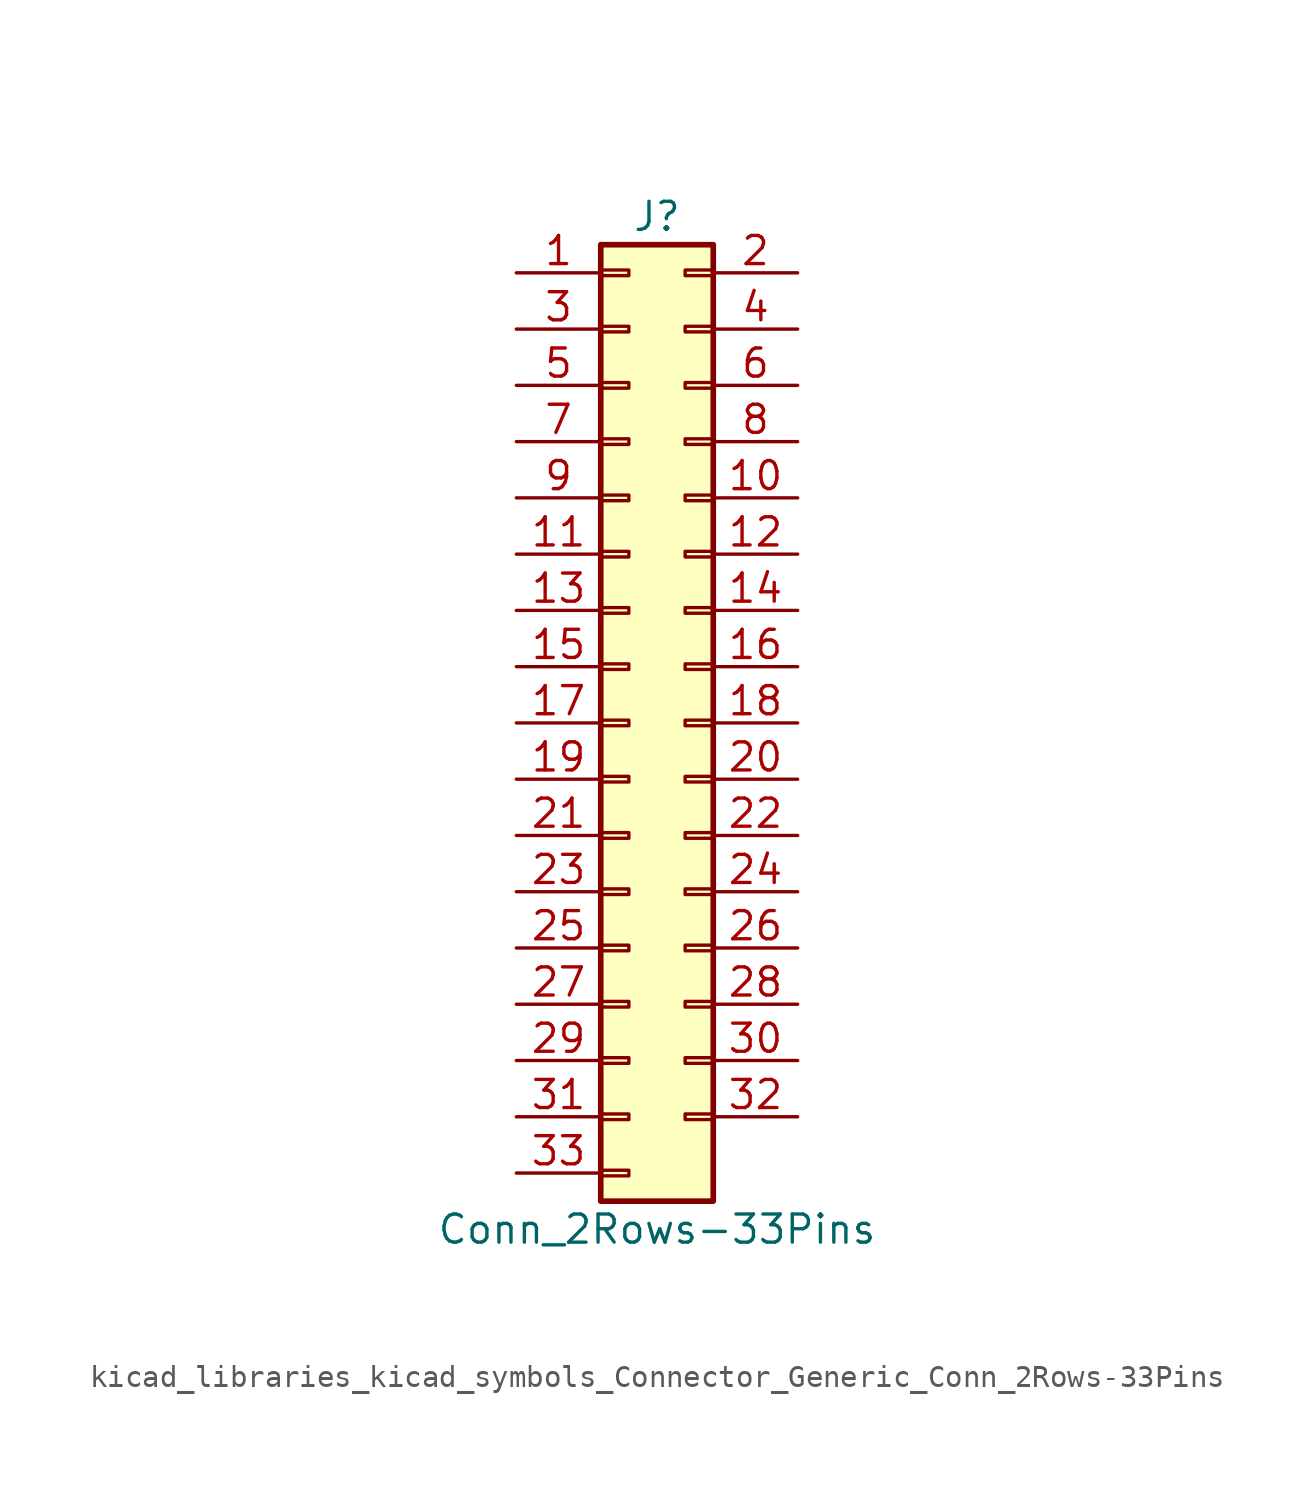
<source format=kicad_sym>
(kicad_symbol_lib
  (version 20220914)
  (generator kicad_symbol_editor)
  (symbol "kicad_libraries_kicad_symbols_Connector_Generic_Conn_2Rows-33Pins"
    (pin_names
      (offset 1.016) hide)
    (property "Reference" "J"
      (at 1.27 22.86 0)
      (effects (font (size 1.27 1.27))))
    (property "Value" "Conn_2Rows-33Pins"
      (at 1.27 -22.86 0)
      (effects (font (size 1.27 1.27))))
    (symbol "kicad_libraries_kicad_symbols_Connector_Generic_Conn_2Rows-33Pins_1_1"
      (rectangle (start -1.27 -20.193) (end 0 -20.447) (stroke (width 0.152) (type default)) (fill (type none)))
      (rectangle (start -1.27 -17.653) (end 0 -17.907) (stroke (width 0.152) (type default)) (fill (type none)))
      (rectangle (start -1.27 -15.113) (end 0 -15.367) (stroke (width 0.152) (type default)) (fill (type none)))
      (rectangle (start -1.27 -12.573) (end 0 -12.827) (stroke (width 0.152) (type default)) (fill (type none)))
      (rectangle (start -1.27 -10.033) (end 0 -10.287) (stroke (width 0.152) (type default)) (fill (type none)))
      (rectangle (start -1.27 -7.493) (end 0 -7.747) (stroke (width 0.152) (type default)) (fill (type none)))
      (rectangle (start -1.27 -4.953) (end 0 -5.207) (stroke (width 0.152) (type default)) (fill (type none)))
      (rectangle (start -1.27 -2.413) (end 0 -2.667) (stroke (width 0.152) (type default)) (fill (type none)))
      (rectangle (start -1.27 0.127) (end 0 -0.127) (stroke (width 0.152) (type default)) (fill (type none)))
      (rectangle (start -1.27 2.667) (end 0 2.413) (stroke (width 0.152) (type default)) (fill (type none)))
      (rectangle (start -1.27 5.207) (end 0 4.953) (stroke (width 0.152) (type default)) (fill (type none)))
      (rectangle (start -1.27 7.747) (end 0 7.493) (stroke (width 0.152) (type default)) (fill (type none)))
      (rectangle (start -1.27 10.287) (end 0 10.033) (stroke (width 0.152) (type default)) (fill (type none)))
      (rectangle (start -1.27 12.827) (end 0 12.573) (stroke (width 0.152) (type default)) (fill (type none)))
      (rectangle (start -1.27 15.367) (end 0 15.113) (stroke (width 0.152) (type default)) (fill (type none)))
      (rectangle (start -1.27 17.907) (end 0 17.653) (stroke (width 0.152) (type default)) (fill (type none)))
      (rectangle (start -1.27 20.447) (end 0 20.193) (stroke (width 0.152) (type default)) (fill (type none)))
      (rectangle (start -1.27 21.59) (end 3.81 -21.59) (stroke (width 0.254) (type default)) (fill (type background)))
      (rectangle (start 3.81 -17.653) (end 2.54 -17.907) (stroke (width 0.152) (type default)) (fill (type none)))
      (rectangle (start 3.81 -15.113) (end 2.54 -15.367) (stroke (width 0.152) (type default)) (fill (type none)))
      (rectangle (start 3.81 -12.573) (end 2.54 -12.827) (stroke (width 0.152) (type default)) (fill (type none)))
      (rectangle (start 3.81 -10.033) (end 2.54 -10.287) (stroke (width 0.152) (type default)) (fill (type none)))
      (rectangle (start 3.81 -7.493) (end 2.54 -7.747) (stroke (width 0.152) (type default)) (fill (type none)))
      (rectangle (start 3.81 -4.953) (end 2.54 -5.207) (stroke (width 0.152) (type default)) (fill (type none)))
      (rectangle (start 3.81 -2.413) (end 2.54 -2.667) (stroke (width 0.152) (type default)) (fill (type none)))
      (rectangle (start 3.81 0.127) (end 2.54 -0.127) (stroke (width 0.152) (type default)) (fill (type none)))
      (rectangle (start 3.81 2.667) (end 2.54 2.413) (stroke (width 0.152) (type default)) (fill (type none)))
      (rectangle (start 3.81 5.207) (end 2.54 4.953) (stroke (width 0.152) (type default)) (fill (type none)))
      (rectangle (start 3.81 7.747) (end 2.54 7.493) (stroke (width 0.152) (type default)) (fill (type none)))
      (rectangle (start 3.81 10.287) (end 2.54 10.033) (stroke (width 0.152) (type default)) (fill (type none)))
      (rectangle (start 3.81 12.827) (end 2.54 12.573) (stroke (width 0.152) (type default)) (fill (type none)))
      (rectangle (start 3.81 15.367) (end 2.54 15.113) (stroke (width 0.152) (type default)) (fill (type none)))
      (rectangle (start 3.81 17.907) (end 2.54 17.653) (stroke (width 0.152) (type default)) (fill (type none)))
      (rectangle (start 3.81 20.447) (end 2.54 20.193) (stroke (width 0.152) (type default)) (fill (type none)))
      (pin passive line (at -5.08 20.32 0) (length 3.81) (name "Pin_1" (effects (font (size 1.27 1.27)))) (number "1" (effects (font (size 1.27 1.27)))))
      (pin passive line (at 7.62 10.16 180) (length 3.81) (name "Pin_10" (effects (font (size 1.27 1.27)))) (number "10" (effects (font (size 1.27 1.27)))))
      (pin passive line (at -5.08 7.62 0) (length 3.81) (name "Pin_11" (effects (font (size 1.27 1.27)))) (number "11" (effects (font (size 1.27 1.27)))))
      (pin passive line (at 7.62 7.62 180) (length 3.81) (name "Pin_12" (effects (font (size 1.27 1.27)))) (number "12" (effects (font (size 1.27 1.27)))))
      (pin passive line (at -5.08 5.08 0) (length 3.81) (name "Pin_13" (effects (font (size 1.27 1.27)))) (number "13" (effects (font (size 1.27 1.27)))))
      (pin passive line (at 7.62 5.08 180) (length 3.81) (name "Pin_14" (effects (font (size 1.27 1.27)))) (number "14" (effects (font (size 1.27 1.27)))))
      (pin passive line (at -5.08 2.54 0) (length 3.81) (name "Pin_15" (effects (font (size 1.27 1.27)))) (number "15" (effects (font (size 1.27 1.27)))))
      (pin passive line (at 7.62 2.54 180) (length 3.81) (name "Pin_16" (effects (font (size 1.27 1.27)))) (number "16" (effects (font (size 1.27 1.27)))))
      (pin passive line (at -5.08 0 0) (length 3.81) (name "Pin_17" (effects (font (size 1.27 1.27)))) (number "17" (effects (font (size 1.27 1.27)))))
      (pin passive line (at 7.62 0 180) (length 3.81) (name "Pin_18" (effects (font (size 1.27 1.27)))) (number "18" (effects (font (size 1.27 1.27)))))
      (pin passive line (at -5.08 -2.54 0) (length 3.81) (name "Pin_19" (effects (font (size 1.27 1.27)))) (number "19" (effects (font (size 1.27 1.27)))))
      (pin passive line (at 7.62 20.32 180) (length 3.81) (name "Pin_2" (effects (font (size 1.27 1.27)))) (number "2" (effects (font (size 1.27 1.27)))))
      (pin passive line (at 7.62 -2.54 180) (length 3.81) (name "Pin_20" (effects (font (size 1.27 1.27)))) (number "20" (effects (font (size 1.27 1.27)))))
      (pin passive line (at -5.08 -5.08 0) (length 3.81) (name "Pin_21" (effects (font (size 1.27 1.27)))) (number "21" (effects (font (size 1.27 1.27)))))
      (pin passive line (at 7.62 -5.08 180) (length 3.81) (name "Pin_22" (effects (font (size 1.27 1.27)))) (number "22" (effects (font (size 1.27 1.27)))))
      (pin passive line (at -5.08 -7.62 0) (length 3.81) (name "Pin_23" (effects (font (size 1.27 1.27)))) (number "23" (effects (font (size 1.27 1.27)))))
      (pin passive line (at 7.62 -7.62 180) (length 3.81) (name "Pin_24" (effects (font (size 1.27 1.27)))) (number "24" (effects (font (size 1.27 1.27)))))
      (pin passive line (at -5.08 -10.16 0) (length 3.81) (name "Pin_25" (effects (font (size 1.27 1.27)))) (number "25" (effects (font (size 1.27 1.27)))))
      (pin passive line (at 7.62 -10.16 180) (length 3.81) (name "Pin_26" (effects (font (size 1.27 1.27)))) (number "26" (effects (font (size 1.27 1.27)))))
      (pin passive line (at -5.08 -12.7 0) (length 3.81) (name "Pin_27" (effects (font (size 1.27 1.27)))) (number "27" (effects (font (size 1.27 1.27)))))
      (pin passive line (at 7.62 -12.7 180) (length 3.81) (name "Pin_28" (effects (font (size 1.27 1.27)))) (number "28" (effects (font (size 1.27 1.27)))))
      (pin passive line (at -5.08 -15.24 0) (length 3.81) (name "Pin_29" (effects (font (size 1.27 1.27)))) (number "29" (effects (font (size 1.27 1.27)))))
      (pin passive line (at -5.08 17.78 0) (length 3.81) (name "Pin_3" (effects (font (size 1.27 1.27)))) (number "3" (effects (font (size 1.27 1.27)))))
      (pin passive line (at 7.62 -15.24 180) (length 3.81) (name "Pin_30" (effects (font (size 1.27 1.27)))) (number "30" (effects (font (size 1.27 1.27)))))
      (pin passive line (at -5.08 -17.78 0) (length 3.81) (name "Pin_31" (effects (font (size 1.27 1.27)))) (number "31" (effects (font (size 1.27 1.27)))))
      (pin passive line (at 7.62 -17.78 180) (length 3.81) (name "Pin_32" (effects (font (size 1.27 1.27)))) (number "32" (effects (font (size 1.27 1.27)))))
      (pin passive line (at -5.08 -20.32 0) (length 3.81) (name "Pin_33" (effects (font (size 1.27 1.27)))) (number "33" (effects (font (size 1.27 1.27)))))
      (pin passive line (at 7.62 17.78 180) (length 3.81) (name "Pin_4" (effects (font (size 1.27 1.27)))) (number "4" (effects (font (size 1.27 1.27)))))
      (pin passive line (at -5.08 15.24 0) (length 3.81) (name "Pin_5" (effects (font (size 1.27 1.27)))) (number "5" (effects (font (size 1.27 1.27)))))
      (pin passive line (at 7.62 15.24 180) (length 3.81) (name "Pin_6" (effects (font (size 1.27 1.27)))) (number "6" (effects (font (size 1.27 1.27)))))
      (pin passive line (at -5.08 12.7 0) (length 3.81) (name "Pin_7" (effects (font (size 1.27 1.27)))) (number "7" (effects (font (size 1.27 1.27)))))
      (pin passive line (at 7.62 12.7 180) (length 3.81) (name "Pin_8" (effects (font (size 1.27 1.27)))) (number "8" (effects (font (size 1.27 1.27)))))
      (pin passive line (at -5.08 10.16 0) (length 3.81) (name "Pin_9" (effects (font (size 1.27 1.27)))) (number "9" (effects (font (size 1.27 1.27))))))))
</source>
